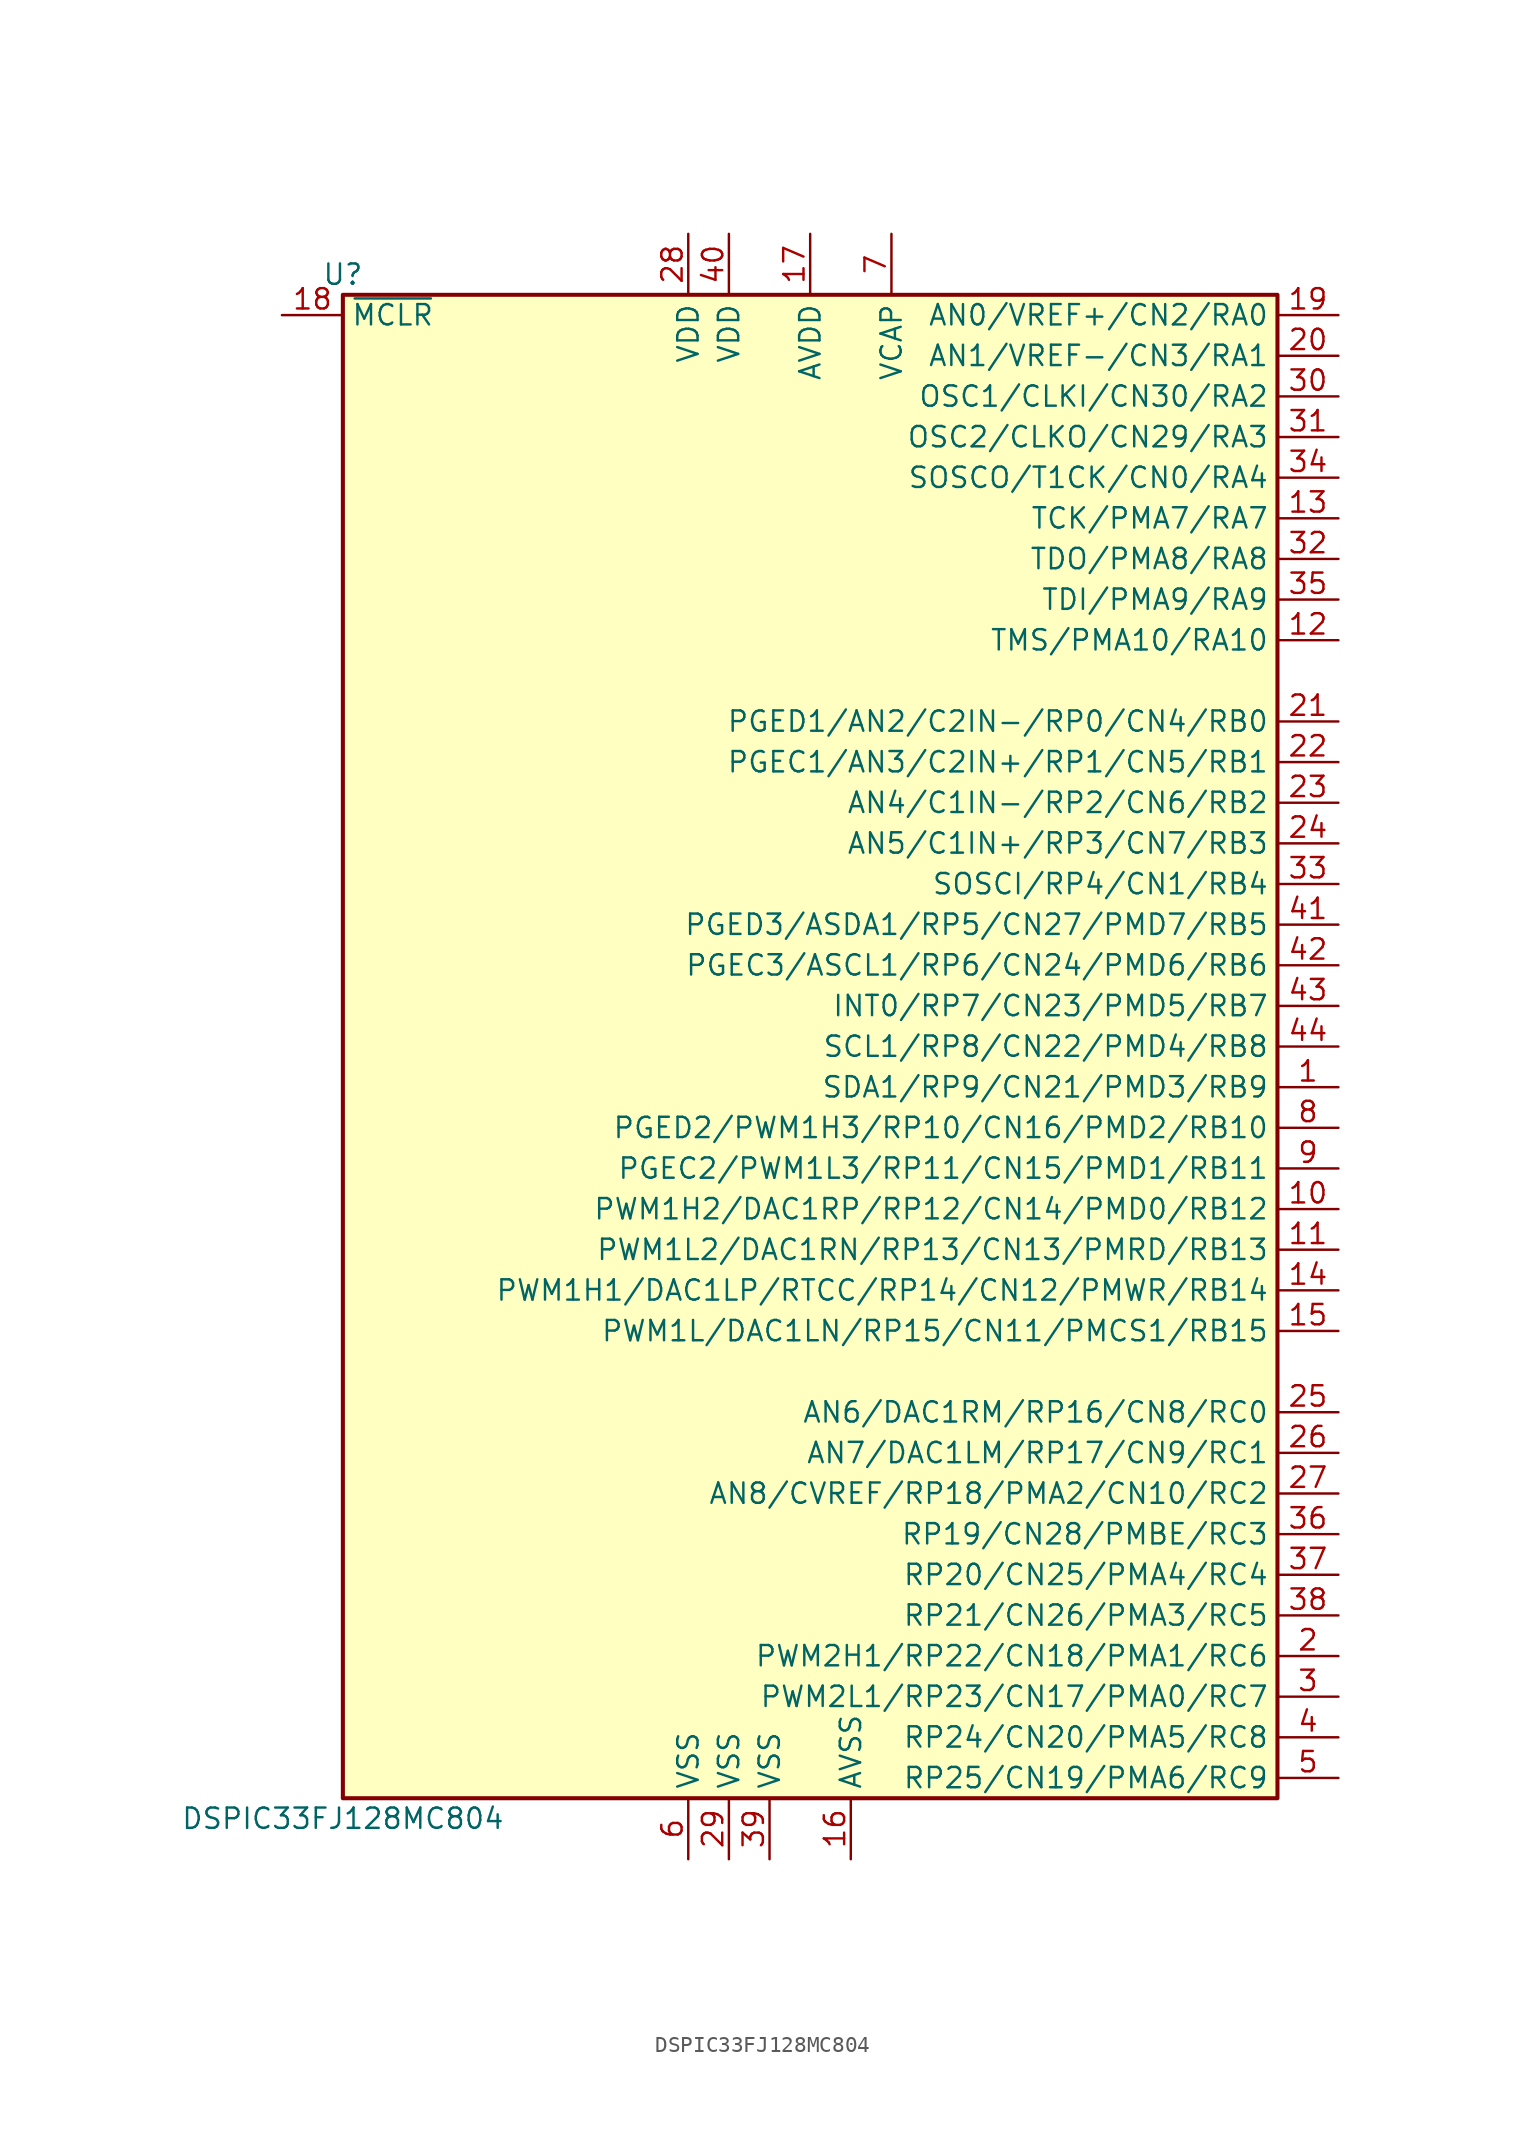
<source format=kicad_sym>
(kicad_symbol_lib
  (version 20231120)
  (generator "kicad_symbol_editor")
  (generator_version "8.0")
  (symbol "DSPIC33FJ128MC804"
    (property "Reference" "U"
      (at -29.21 48.26 0)
      (effects (font (size 1.27 1.27))))
    (property "Value" "DSPIC33FJ128MC804"
      (at -29.21 -48.26 0)
      (effects (font (size 1.27 1.27))))
    (symbol "DSPIC33FJ128MC804_1_1"
      (rectangle (start -29.21 46.99) (end 29.21 -46.99) (stroke (width 0.254) (type default)) (fill (type background)))
      (pin bidirectional line (at 33.02 -2.54 180) (length 3.81) (name "SDA1/RP9/CN21/PMD3/RB9" (effects (font (size 1.27 1.27)))) (number "1" (effects (font (size 1.27 1.27)))))
      (pin bidirectional line (at 33.02 -10.16 180) (length 3.81) (name "PWM1H2/DAC1RP/RP12/CN14/PMD0/RB12" (effects (font (size 1.27 1.27)))) (number "10" (effects (font (size 1.27 1.27)))))
      (pin bidirectional line (at 33.02 -12.7 180) (length 3.81) (name "PWM1L2/DAC1RN/RP13/CN13/PMRD/RB13" (effects (font (size 1.27 1.27)))) (number "11" (effects (font (size 1.27 1.27)))))
      (pin bidirectional line (at 33.02 25.4 180) (length 3.81) (name "TMS/PMA10/RA10" (effects (font (size 1.27 1.27)))) (number "12" (effects (font (size 1.27 1.27)))))
      (pin bidirectional line (at 33.02 33.02 180) (length 3.81) (name "TCK/PMA7/RA7" (effects (font (size 1.27 1.27)))) (number "13" (effects (font (size 1.27 1.27)))))
      (pin bidirectional line (at 33.02 -15.24 180) (length 3.81) (name "PWM1H1/DAC1LP/RTCC/RP14/CN12/PMWR/RB14" (effects (font (size 1.27 1.27)))) (number "14" (effects (font (size 1.27 1.27)))))
      (pin bidirectional line (at 33.02 -17.78 180) (length 3.81) (name "PWM1L/DAC1LN/RP15/CN11/PMCS1/RB15" (effects (font (size 1.27 1.27)))) (number "15" (effects (font (size 1.27 1.27)))))
      (pin power_in line (at 2.54 -50.8 90) (length 3.81) (name "AVSS" (effects (font (size 1.27 1.27)))) (number "16" (effects (font (size 1.27 1.27)))))
      (pin power_in line (at 0 50.8 270) (length 3.81) (name "AVDD" (effects (font (size 1.27 1.27)))) (number "17" (effects (font (size 1.27 1.27)))))
      (pin input line (at -33.02 45.72 0) (length 3.81) (name "~{MCLR}" (effects (font (size 1.27 1.27)))) (number "18" (effects (font (size 1.27 1.27)))))
      (pin bidirectional line (at 33.02 45.72 180) (length 3.81) (name "AN0/VREF+/CN2/RA0" (effects (font (size 1.27 1.27)))) (number "19" (effects (font (size 1.27 1.27)))))
      (pin bidirectional line (at 33.02 -38.1 180) (length 3.81) (name "PWM2H1/RP22/CN18/PMA1/RC6" (effects (font (size 1.27 1.27)))) (number "2" (effects (font (size 1.27 1.27)))))
      (pin bidirectional line (at 33.02 43.18 180) (length 3.81) (name "AN1/VREF-/CN3/RA1" (effects (font (size 1.27 1.27)))) (number "20" (effects (font (size 1.27 1.27)))))
      (pin bidirectional line (at 33.02 20.32 180) (length 3.81) (name "PGED1/AN2/C2IN-/RP0/CN4/RB0" (effects (font (size 1.27 1.27)))) (number "21" (effects (font (size 1.27 1.27)))))
      (pin bidirectional line (at 33.02 17.78 180) (length 3.81) (name "PGEC1/AN3/C2IN+/RP1/CN5/RB1" (effects (font (size 1.27 1.27)))) (number "22" (effects (font (size 1.27 1.27)))))
      (pin bidirectional line (at 33.02 15.24 180) (length 3.81) (name "AN4/C1IN-/RP2/CN6/RB2" (effects (font (size 1.27 1.27)))) (number "23" (effects (font (size 1.27 1.27)))))
      (pin bidirectional line (at 33.02 12.7 180) (length 3.81) (name "AN5/C1IN+/RP3/CN7/RB3" (effects (font (size 1.27 1.27)))) (number "24" (effects (font (size 1.27 1.27)))))
      (pin bidirectional line (at 33.02 -22.86 180) (length 3.81) (name "AN6/DAC1RM/RP16/CN8/RC0" (effects (font (size 1.27 1.27)))) (number "25" (effects (font (size 1.27 1.27)))))
      (pin bidirectional line (at 33.02 -25.4 180) (length 3.81) (name "AN7/DAC1LM/RP17/CN9/RC1" (effects (font (size 1.27 1.27)))) (number "26" (effects (font (size 1.27 1.27)))))
      (pin bidirectional line (at 33.02 -27.94 180) (length 3.81) (name "AN8/CVREF/RP18/PMA2/CN10/RC2" (effects (font (size 1.27 1.27)))) (number "27" (effects (font (size 1.27 1.27)))))
      (pin power_in line (at -7.62 50.8 270) (length 3.81) (name "VDD" (effects (font (size 1.27 1.27)))) (number "28" (effects (font (size 1.27 1.27)))))
      (pin power_in line (at -5.08 -50.8 90) (length 3.81) (name "VSS" (effects (font (size 1.27 1.27)))) (number "29" (effects (font (size 1.27 1.27)))))
      (pin bidirectional line (at 33.02 -40.64 180) (length 3.81) (name "PWM2L1/RP23/CN17/PMA0/RC7" (effects (font (size 1.27 1.27)))) (number "3" (effects (font (size 1.27 1.27)))))
      (pin input line (at 33.02 40.64 180) (length 3.81) (name "OSC1/CLKI/CN30/RA2" (effects (font (size 1.27 1.27)))) (number "30" (effects (font (size 1.27 1.27)))))
      (pin input line (at 33.02 38.1 180) (length 3.81) (name "OSC2/CLKO/CN29/RA3" (effects (font (size 1.27 1.27)))) (number "31" (effects (font (size 1.27 1.27)))))
      (pin input line (at 33.02 30.48 180) (length 3.81) (name "TDO/PMA8/RA8" (effects (font (size 1.27 1.27)))) (number "32" (effects (font (size 1.27 1.27)))))
      (pin input line (at 33.02 10.16 180) (length 3.81) (name "SOSCI/RP4/CN1/RB4" (effects (font (size 1.27 1.27)))) (number "33" (effects (font (size 1.27 1.27)))))
      (pin input line (at 33.02 35.56 180) (length 3.81) (name "SOSCO/T1CK/CN0/RA4" (effects (font (size 1.27 1.27)))) (number "34" (effects (font (size 1.27 1.27)))))
      (pin input line (at 33.02 27.94 180) (length 3.81) (name "TDI/PMA9/RA9" (effects (font (size 1.27 1.27)))) (number "35" (effects (font (size 1.27 1.27)))))
      (pin input line (at 33.02 -30.48 180) (length 3.81) (name "RP19/CN28/PMBE/RC3" (effects (font (size 1.27 1.27)))) (number "36" (effects (font (size 1.27 1.27)))))
      (pin input line (at 33.02 -33.02 180) (length 3.81) (name "RP20/CN25/PMA4/RC4" (effects (font (size 1.27 1.27)))) (number "37" (effects (font (size 1.27 1.27)))))
      (pin input line (at 33.02 -35.56 180) (length 3.81) (name "RP21/CN26/PMA3/RC5" (effects (font (size 1.27 1.27)))) (number "38" (effects (font (size 1.27 1.27)))))
      (pin power_in line (at -2.54 -50.8 90) (length 3.81) (name "VSS" (effects (font (size 1.27 1.27)))) (number "39" (effects (font (size 1.27 1.27)))))
      (pin bidirectional line (at 33.02 -43.18 180) (length 3.81) (name "RP24/CN20/PMA5/RC8" (effects (font (size 1.27 1.27)))) (number "4" (effects (font (size 1.27 1.27)))))
      (pin power_in line (at -5.08 50.8 270) (length 3.81) (name "VDD" (effects (font (size 1.27 1.27)))) (number "40" (effects (font (size 1.27 1.27)))))
      (pin input line (at 33.02 7.62 180) (length 3.81) (name "PGED3/ASDA1/RP5/CN27/PMD7/RB5" (effects (font (size 1.27 1.27)))) (number "41" (effects (font (size 1.27 1.27)))))
      (pin input line (at 33.02 5.08 180) (length 3.81) (name "PGEC3/ASCL1/RP6/CN24/PMD6/RB6" (effects (font (size 1.27 1.27)))) (number "42" (effects (font (size 1.27 1.27)))))
      (pin input line (at 33.02 2.54 180) (length 3.81) (name "INT0/RP7/CN23/PMD5/RB7" (effects (font (size 1.27 1.27)))) (number "43" (effects (font (size 1.27 1.27)))))
      (pin input line (at 33.02 0 180) (length 3.81) (name "SCL1/RP8/CN22/PMD4/RB8" (effects (font (size 1.27 1.27)))) (number "44" (effects (font (size 1.27 1.27)))))
      (pin bidirectional line (at 33.02 -45.72 180) (length 3.81) (name "RP25/CN19/PMA6/RC9" (effects (font (size 1.27 1.27)))) (number "5" (effects (font (size 1.27 1.27)))))
      (pin power_in line (at -7.62 -50.8 90) (length 3.81) (name "VSS" (effects (font (size 1.27 1.27)))) (number "6" (effects (font (size 1.27 1.27)))))
      (pin power_in line (at 5.08 50.8 270) (length 3.81) (name "VCAP" (effects (font (size 1.27 1.27)))) (number "7" (effects (font (size 1.27 1.27)))))
      (pin bidirectional line (at 33.02 -5.08 180) (length 3.81) (name "PGED2/PWM1H3/RP10/CN16/PMD2/RB10" (effects (font (size 1.27 1.27)))) (number "8" (effects (font (size 1.27 1.27)))))
      (pin bidirectional line (at 33.02 -7.62 180) (length 3.81) (name "PGEC2/PWM1L3/RP11/CN15/PMD1/RB11" (effects (font (size 1.27 1.27)))) (number "9" (effects (font (size 1.27 1.27))))))))
</source>
